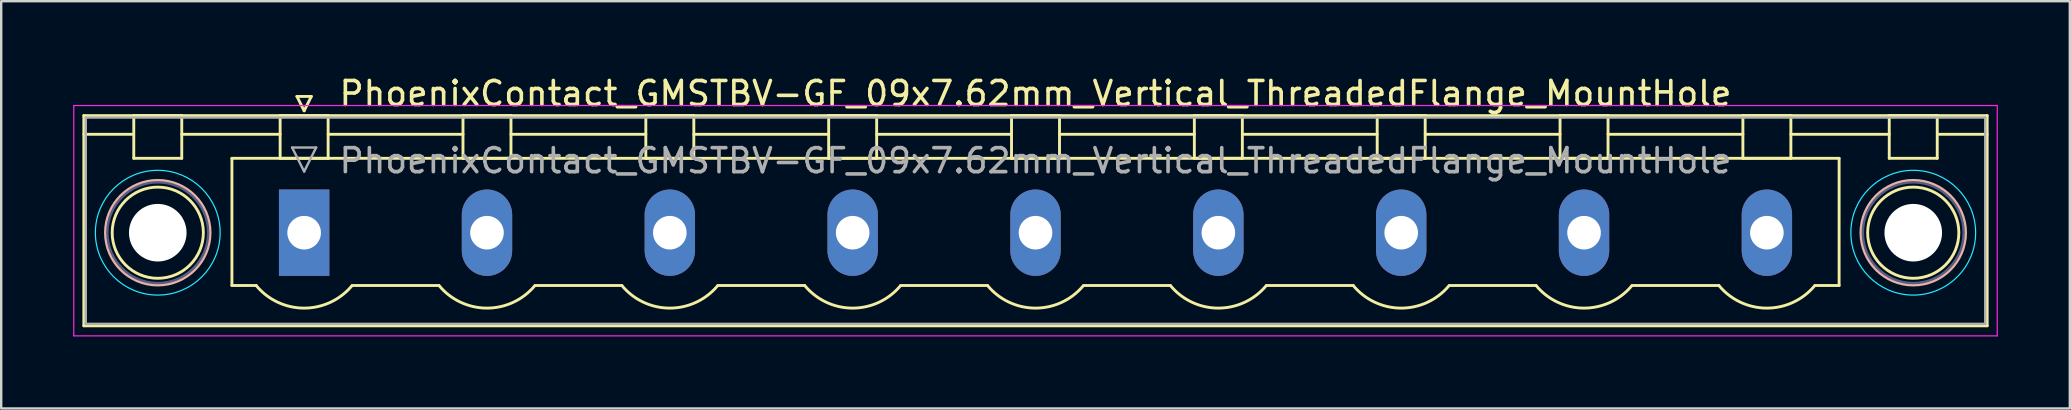
<source format=kicad_pcb>
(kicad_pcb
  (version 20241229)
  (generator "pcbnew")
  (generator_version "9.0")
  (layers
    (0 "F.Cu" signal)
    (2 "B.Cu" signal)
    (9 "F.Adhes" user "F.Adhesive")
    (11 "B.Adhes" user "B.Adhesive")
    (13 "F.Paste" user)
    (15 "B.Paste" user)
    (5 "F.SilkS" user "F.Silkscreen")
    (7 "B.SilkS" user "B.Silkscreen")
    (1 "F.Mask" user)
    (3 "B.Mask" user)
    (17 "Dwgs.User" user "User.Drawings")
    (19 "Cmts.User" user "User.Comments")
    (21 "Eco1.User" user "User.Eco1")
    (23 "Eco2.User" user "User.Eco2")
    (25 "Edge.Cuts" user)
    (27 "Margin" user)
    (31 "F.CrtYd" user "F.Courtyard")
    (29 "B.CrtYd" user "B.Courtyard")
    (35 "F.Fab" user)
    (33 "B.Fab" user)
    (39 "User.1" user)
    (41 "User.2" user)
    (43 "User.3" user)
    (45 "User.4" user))
  (footprint "PhoenixContact_GMSTBV-GF_09x7.62mm_Vertical_ThreadedFlange_MountHole"
    (layer "F.Cu")
    (at 9.625 6.648)
    (property "Reference" "PhoenixContact_GMSTBV-GF_09x7.62mm_Vertical_ThreadedFlange_MountHole" (at 30.48 -5.8 0) (layer "F.SilkS") (effects (font (size 1 1) (thickness 0.15))))
    (attr through_hole)
    (fp_line (start -9.18 -4.88) (end -9.18 3.88) (stroke (width 0.12) (type solid)) (layer "F.SilkS"))
    (fp_line (start -9.18 -4.1) (end -7.18 -4.1) (stroke (width 0.12) (type solid)) (layer "F.SilkS"))
    (fp_line (start -9.18 3.88) (end 70.14 3.88) (stroke (width 0.12) (type solid)) (layer "F.SilkS"))
    (fp_line (start -7.1 -4.88) (end -5.1 -4.88) (stroke (width 0.12) (type solid)) (layer "F.SilkS"))
    (fp_line (start -7.1 -3.1) (end -7.1 -4.88) (stroke (width 0.12) (type solid)) (layer "F.SilkS"))
    (fp_line (start -5.1 -4.88) (end -5.1 -3.1) (stroke (width 0.12) (type solid)) (layer "F.SilkS"))
    (fp_line (start -5.1 -4.1) (end -1 -4.1) (stroke (width 0.12) (type solid)) (layer "F.SilkS"))
    (fp_line (start -5.1 -3.1) (end -7.1 -3.1) (stroke (width 0.12) (type solid)) (layer "F.SilkS"))
    (fp_line (start -3.01 -3.1) (end 63.97 -3.1) (stroke (width 0.12) (type solid)) (layer "F.SilkS"))
    (fp_line (start -3.01 2.2) (end -3.01 -3.1) (stroke (width 0.12) (type solid)) (layer "F.SilkS"))
    (fp_line (start -2 2.2) (end -3.01 2.2) (stroke (width 0.12) (type solid)) (layer "F.SilkS"))
    (fp_line (start -1 -4.88) (end 1 -4.88) (stroke (width 0.12) (type solid)) (layer "F.SilkS"))
    (fp_line (start -1 -3.1) (end -1 -4.88) (stroke (width 0.12) (type solid)) (layer "F.SilkS"))
    (fp_line (start -0.3 -5.68) (end 0.3 -5.68) (stroke (width 0.12) (type solid)) (layer "F.SilkS"))
    (fp_line (start 0 -5.08) (end -0.3 -5.68) (stroke (width 0.12) (type solid)) (layer "F.SilkS"))
    (fp_line (start 0.3 -5.68) (end 0 -5.08) (stroke (width 0.12) (type solid)) (layer "F.SilkS"))
    (fp_line (start 1 -4.88) (end 1 -3.1) (stroke (width 0.12) (type solid)) (layer "F.SilkS"))
    (fp_line (start 1 -4.1) (end 6.62 -4.1) (stroke (width 0.12) (type solid)) (layer "F.SilkS"))
    (fp_line (start 1 -3.1) (end -1 -3.1) (stroke (width 0.12) (type solid)) (layer "F.SilkS"))
    (fp_line (start 2 2.2) (end 5.62 2.2) (stroke (width 0.12) (type solid)) (layer "F.SilkS"))
    (fp_line (start 6.62 -4.88) (end 8.62 -4.88) (stroke (width 0.12) (type solid)) (layer "F.SilkS"))
    (fp_line (start 6.62 -3.1) (end 6.62 -4.88) (stroke (width 0.12) (type solid)) (layer "F.SilkS"))
    (fp_line (start 8.62 -4.88) (end 8.62 -3.1) (stroke (width 0.12) (type solid)) (layer "F.SilkS"))
    (fp_line (start 8.62 -4.1) (end 14.24 -4.1) (stroke (width 0.12) (type solid)) (layer "F.SilkS"))
    (fp_line (start 8.62 -3.1) (end 6.62 -3.1) (stroke (width 0.12) (type solid)) (layer "F.SilkS"))
    (fp_line (start 9.62 2.2) (end 13.24 2.2) (stroke (width 0.12) (type solid)) (layer "F.SilkS"))
    (fp_line (start 14.24 -4.88) (end 16.24 -4.88) (stroke (width 0.12) (type solid)) (layer "F.SilkS"))
    (fp_line (start 14.24 -3.1) (end 14.24 -4.88) (stroke (width 0.12) (type solid)) (layer "F.SilkS"))
    (fp_line (start 16.24 -4.88) (end 16.24 -3.1) (stroke (width 0.12) (type solid)) (layer "F.SilkS"))
    (fp_line (start 16.24 -4.1) (end 21.86 -4.1) (stroke (width 0.12) (type solid)) (layer "F.SilkS"))
    (fp_line (start 16.24 -3.1) (end 14.24 -3.1) (stroke (width 0.12) (type solid)) (layer "F.SilkS"))
    (fp_line (start 17.24 2.2) (end 20.86 2.2) (stroke (width 0.12) (type solid)) (layer "F.SilkS"))
    (fp_line (start 21.86 -4.88) (end 23.86 -4.88) (stroke (width 0.12) (type solid)) (layer "F.SilkS"))
    (fp_line (start 21.86 -3.1) (end 21.86 -4.88) (stroke (width 0.12) (type solid)) (layer "F.SilkS"))
    (fp_line (start 23.86 -4.88) (end 23.86 -3.1) (stroke (width 0.12) (type solid)) (layer "F.SilkS"))
    (fp_line (start 23.86 -4.1) (end 29.48 -4.1) (stroke (width 0.12) (type solid)) (layer "F.SilkS"))
    (fp_line (start 23.86 -3.1) (end 21.86 -3.1) (stroke (width 0.12) (type solid)) (layer "F.SilkS"))
    (fp_line (start 24.86 2.2) (end 28.48 2.2) (stroke (width 0.12) (type solid)) (layer "F.SilkS"))
    (fp_line (start 29.48 -4.88) (end 31.48 -4.88) (stroke (width 0.12) (type solid)) (layer "F.SilkS"))
    (fp_line (start 29.48 -3.1) (end 29.48 -4.88) (stroke (width 0.12) (type solid)) (layer "F.SilkS"))
    (fp_line (start 31.48 -4.88) (end 31.48 -3.1) (stroke (width 0.12) (type solid)) (layer "F.SilkS"))
    (fp_line (start 31.48 -4.1) (end 37.1 -4.1) (stroke (width 0.12) (type solid)) (layer "F.SilkS"))
    (fp_line (start 31.48 -3.1) (end 29.48 -3.1) (stroke (width 0.12) (type solid)) (layer "F.SilkS"))
    (fp_line (start 32.48 2.2) (end 36.1 2.2) (stroke (width 0.12) (type solid)) (layer "F.SilkS"))
    (fp_line (start 37.1 -4.88) (end 39.1 -4.88) (stroke (width 0.12) (type solid)) (layer "F.SilkS"))
    (fp_line (start 37.1 -3.1) (end 37.1 -4.88) (stroke (width 0.12) (type solid)) (layer "F.SilkS"))
    (fp_line (start 39.1 -4.88) (end 39.1 -3.1) (stroke (width 0.12) (type solid)) (layer "F.SilkS"))
    (fp_line (start 39.1 -4.1) (end 44.72 -4.1) (stroke (width 0.12) (type solid)) (layer "F.SilkS"))
    (fp_line (start 39.1 -3.1) (end 37.1 -3.1) (stroke (width 0.12) (type solid)) (layer "F.SilkS"))
    (fp_line (start 40.1 2.2) (end 43.72 2.2) (stroke (width 0.12) (type solid)) (layer "F.SilkS"))
    (fp_line (start 44.72 -4.88) (end 46.72 -4.88) (stroke (width 0.12) (type solid)) (layer "F.SilkS"))
    (fp_line (start 44.72 -3.1) (end 44.72 -4.88) (stroke (width 0.12) (type solid)) (layer "F.SilkS"))
    (fp_line (start 46.72 -4.88) (end 46.72 -3.1) (stroke (width 0.12) (type solid)) (layer "F.SilkS"))
    (fp_line (start 46.72 -4.1) (end 52.34 -4.1) (stroke (width 0.12) (type solid)) (layer "F.SilkS"))
    (fp_line (start 46.72 -3.1) (end 44.72 -3.1) (stroke (width 0.12) (type solid)) (layer "F.SilkS"))
    (fp_line (start 47.72 2.2) (end 51.34 2.2) (stroke (width 0.12) (type solid)) (layer "F.SilkS"))
    (fp_line (start 52.34 -4.88) (end 54.34 -4.88) (stroke (width 0.12) (type solid)) (layer "F.SilkS"))
    (fp_line (start 52.34 -3.1) (end 52.34 -4.88) (stroke (width 0.12) (type solid)) (layer "F.SilkS"))
    (fp_line (start 54.34 -4.88) (end 54.34 -3.1) (stroke (width 0.12) (type solid)) (layer "F.SilkS"))
    (fp_line (start 54.34 -4.1) (end 59.96 -4.1) (stroke (width 0.12) (type solid)) (layer "F.SilkS"))
    (fp_line (start 54.34 -3.1) (end 52.34 -3.1) (stroke (width 0.12) (type solid)) (layer "F.SilkS"))
    (fp_line (start 55.34 2.2) (end 58.96 2.2) (stroke (width 0.12) (type solid)) (layer "F.SilkS"))
    (fp_line (start 59.96 -4.88) (end 61.96 -4.88) (stroke (width 0.12) (type solid)) (layer "F.SilkS"))
    (fp_line (start 59.96 -3.1) (end 59.96 -4.88) (stroke (width 0.12) (type solid)) (layer "F.SilkS"))
    (fp_line (start 61.96 -4.88) (end 61.96 -3.1) (stroke (width 0.12) (type solid)) (layer "F.SilkS"))
    (fp_line (start 61.96 -4.1) (end 66.06 -4.1) (stroke (width 0.12) (type solid)) (layer "F.SilkS"))
    (fp_line (start 61.96 -3.1) (end 59.96 -3.1) (stroke (width 0.12) (type solid)) (layer "F.SilkS"))
    (fp_line (start 63.97 -3.1) (end 63.97 2.2) (stroke (width 0.12) (type solid)) (layer "F.SilkS"))
    (fp_line (start 63.97 2.2) (end 62.96 2.2) (stroke (width 0.12) (type solid)) (layer "F.SilkS"))
    (fp_line (start 66.06 -4.88) (end 68.06 -4.88) (stroke (width 0.12) (type solid)) (layer "F.SilkS"))
    (fp_line (start 66.06 -3.1) (end 66.06 -4.88) (stroke (width 0.12) (type solid)) (layer "F.SilkS"))
    (fp_line (start 68.06 -4.88) (end 68.06 -3.1) (stroke (width 0.12) (type solid)) (layer "F.SilkS"))
    (fp_line (start 68.06 -3.1) (end 66.06 -3.1) (stroke (width 0.12) (type solid)) (layer "F.SilkS"))
    (fp_line (start 70.14 -4.88) (end -9.18 -4.88) (stroke (width 0.12) (type solid)) (layer "F.SilkS"))
    (fp_line (start 70.14 -4.1) (end 68.14 -4.1) (stroke (width 0.12) (type solid)) (layer "F.SilkS"))
    (fp_line (start 70.14 3.88) (end 70.14 -4.88) (stroke (width 0.12) (type solid)) (layer "F.SilkS"))
    (fp_arc (start 1.986842 2.215821) (mid -0.010289 3.142758) (end -2 2.2) (stroke (width 0.12) (type solid)) (layer "F.SilkS"))
    (fp_arc (start 9.606842 2.215821) (mid 7.609711 3.142758) (end 5.62 2.2) (stroke (width 0.12) (type solid)) (layer "F.SilkS"))
    (fp_arc (start 17.226842 2.215821) (mid 15.229711 3.142758) (end 13.24 2.2) (stroke (width 0.12) (type solid)) (layer "F.SilkS"))
    (fp_arc (start 24.846842 2.215821) (mid 22.849711 3.142758) (end 20.86 2.2) (stroke (width 0.12) (type solid)) (layer "F.SilkS"))
    (fp_arc (start 32.466842 2.215821) (mid 30.469711 3.142758) (end 28.48 2.2) (stroke (width 0.12) (type solid)) (layer "F.SilkS"))
    (fp_arc (start 40.086842 2.215821) (mid 38.089711 3.142758) (end 36.1 2.2) (stroke (width 0.12) (type solid)) (layer "F.SilkS"))
    (fp_arc (start 47.706842 2.215821) (mid 45.709711 3.142758) (end 43.72 2.2) (stroke (width 0.12) (type solid)) (layer "F.SilkS"))
    (fp_arc (start 55.326842 2.215821) (mid 53.329711 3.142758) (end 51.34 2.2) (stroke (width 0.12) (type solid)) (layer "F.SilkS"))
    (fp_arc (start 62.946842 2.215821) (mid 60.949711 3.142758) (end 58.96 2.2) (stroke (width 0.12) (type solid)) (layer "F.SilkS"))
    (fp_circle (center -6.1 0) (end -4.2 0) (stroke (width 0.12) (type solid)) (fill no) (layer "F.SilkS"))
    (fp_circle (center 67.06 0) (end 68.96 0) (stroke (width 0.12) (type solid)) (fill no) (layer "F.SilkS"))
    (fp_circle (center -6.1 0) (end -3.92 0) (stroke (width 0.12) (type solid)) (fill no) (layer "B.SilkS"))
    (fp_circle (center 67.06 0) (end 69.24 0) (stroke (width 0.12) (type solid)) (fill no) (layer "B.SilkS"))
    (fp_circle (center -6.1 0) (end -3.5 0) (stroke (width 0.05) (type solid)) (fill no) (layer "B.CrtYd"))
    (fp_circle (center 67.06 0) (end 69.66 0) (stroke (width 0.05) (type solid)) (fill no) (layer "B.CrtYd"))
    (fp_line (start -9.6 -5.3) (end -9.6 4.3) (stroke (width 0.05) (type solid)) (layer "F.CrtYd"))
    (fp_line (start -9.6 4.3) (end 70.56 4.3) (stroke (width 0.05) (type solid)) (layer "F.CrtYd"))
    (fp_line (start 70.56 -5.3) (end -9.6 -5.3) (stroke (width 0.05) (type solid)) (layer "F.CrtYd"))
    (fp_line (start 70.56 4.3) (end 70.56 -5.3) (stroke (width 0.05) (type solid)) (layer "F.CrtYd"))
    (fp_circle (center -6.1 0) (end -4 0) (stroke (width 0.1) (type solid)) (fill no) (layer "B.Fab"))
    (fp_circle (center 67.06 0) (end 69.16 0) (stroke (width 0.1) (type solid)) (fill no) (layer "B.Fab"))
    (fp_line (start -9.1 -4.8) (end -9.1 3.8) (stroke (width 0.1) (type solid)) (layer "F.Fab"))
    (fp_line (start -9.1 3.8) (end 70.06 3.8) (stroke (width 0.1) (type solid)) (layer "F.Fab"))
    (fp_line (start -0.5 -3.55) (end 0.5 -3.55) (stroke (width 0.1) (type solid)) (layer "F.Fab"))
    (fp_line (start 0 -2.55) (end -0.5 -3.55) (stroke (width 0.1) (type solid)) (layer "F.Fab"))
    (fp_line (start 0.5 -3.55) (end 0 -2.55) (stroke (width 0.1) (type solid)) (layer "F.Fab"))
    (fp_line (start 70.06 -4.8) (end -9.1 -4.8) (stroke (width 0.1) (type solid)) (layer "F.Fab"))
    (fp_line (start 70.06 3.8) (end 70.06 -4.8) (stroke (width 0.1) (type solid)) (layer "F.Fab"))
    (fp_text user "${REFERENCE}" (at 30.48 -3 0) (layer "F.Fab") (effects (font (size 1 1) (thickness 0.15))))
    (pad "" np_thru_hole circle (at -6.1 0) (size 2.4 2.4) (drill 2.4) (layers "*.Cu" "*.Mask"))
    (pad "" np_thru_hole circle (at 67.06 0) (size 2.4 2.4) (drill 2.4) (layers "*.Cu" "*.Mask"))
    (pad "1" thru_hole rect (at 0 0) (size 2.1 3.6) (drill 1.4) (layers "*.Cu" "*.Mask"))
    (pad "2" thru_hole oval (at 7.62 0) (size 2.1 3.6) (drill 1.4) (layers "*.Cu" "*.Mask"))
    (pad "3" thru_hole oval (at 15.24 0) (size 2.1 3.6) (drill 1.4) (layers "*.Cu" "*.Mask"))
    (pad "4" thru_hole oval (at 22.86 0) (size 2.1 3.6) (drill 1.4) (layers "*.Cu" "*.Mask"))
    (pad "5" thru_hole oval (at 30.48 0) (size 2.1 3.6) (drill 1.4) (layers "*.Cu" "*.Mask"))
    (pad "6" thru_hole oval (at 38.1 0) (size 2.1 3.6) (drill 1.4) (layers "*.Cu" "*.Mask"))
    (pad "7" thru_hole oval (at 45.72 0) (size 2.1 3.6) (drill 1.4) (layers "*.Cu" "*.Mask"))
    (pad "8" thru_hole oval (at 53.34 0) (size 2.1 3.6) (drill 1.4) (layers "*.Cu" "*.Mask"))
    (pad "9" thru_hole oval (at 60.96 0) (size 2.1 3.6) (drill 1.4) (layers "*.Cu" "*.Mask")))
  (gr_rect
    (start -3 -3)
    (end 83.21 13.973)
    (stroke (width 0.1) (type default))
    (fill no)
    (layer "Edge.Cuts")))
</source>
